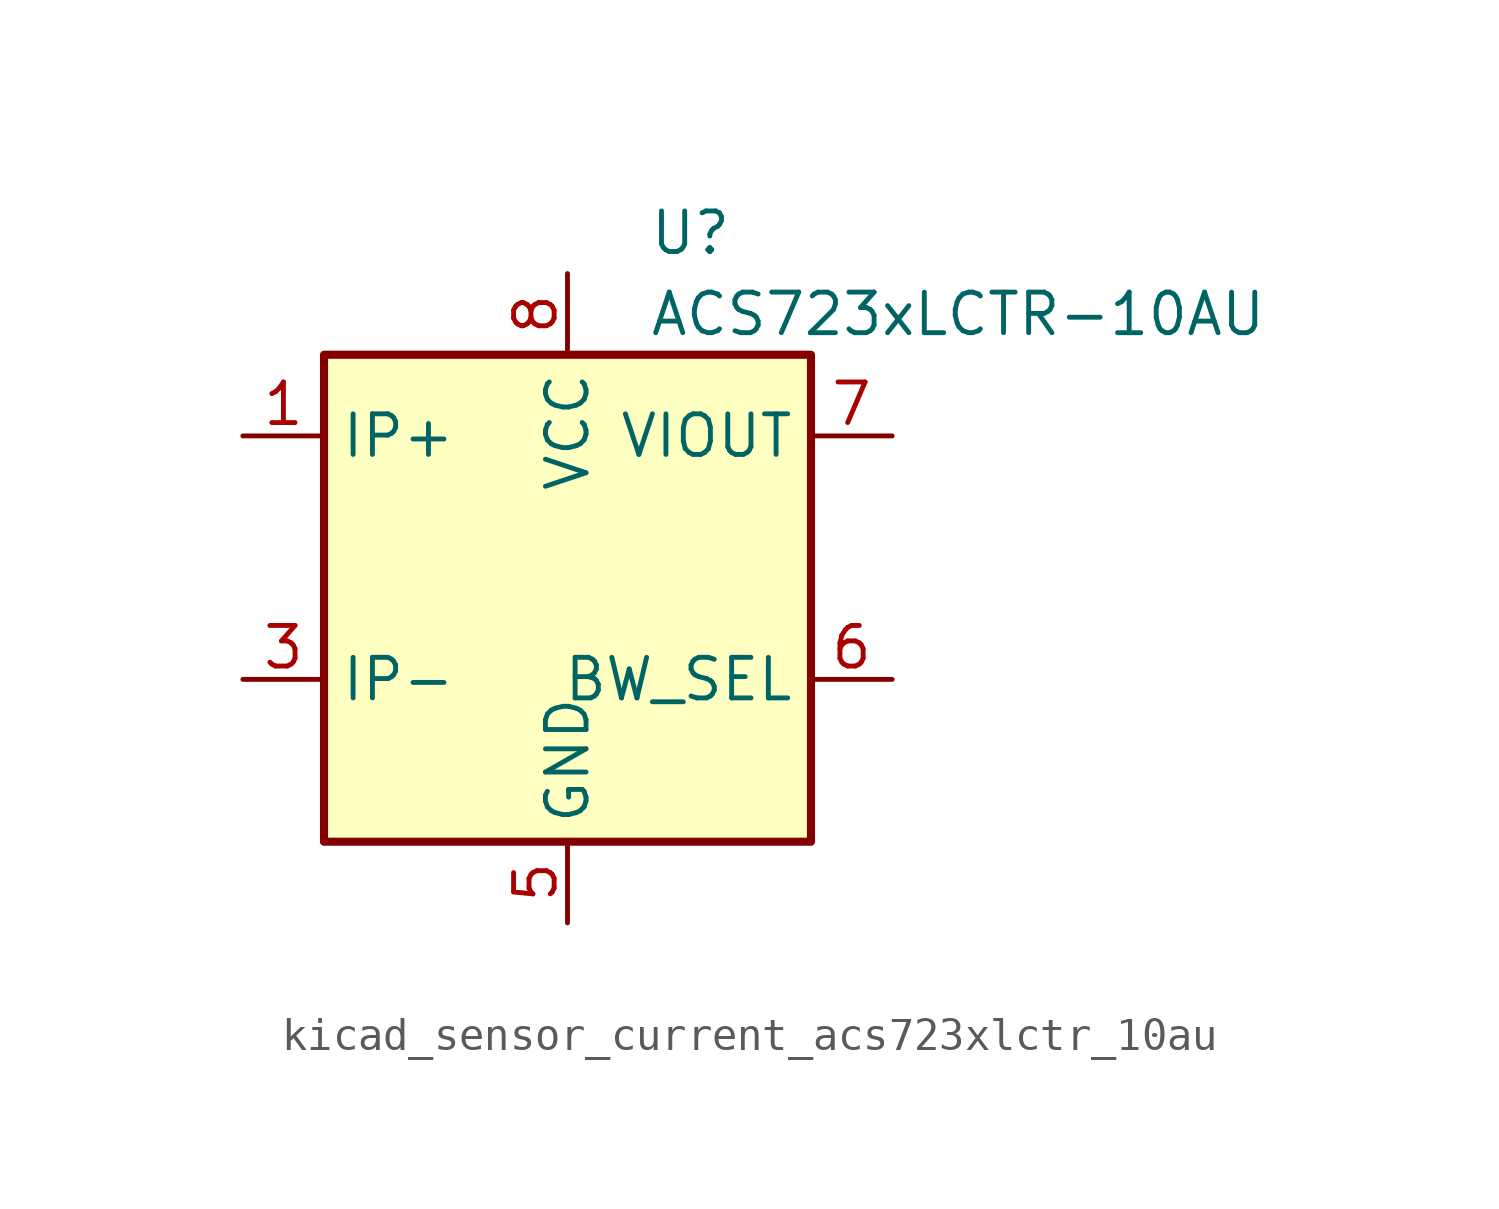
<source format=kicad_sym>
(kicad_symbol_lib
  (version 20220914)
  (generator kicad_symbol_editor)
  (symbol "kicad_sensor_current_acs723xlctr_10au"
    (property "Reference" "U"
      (at 2.54 11.43 0)
      (effects (font (size 1.27 1.27)) (justify left)))
    (property "Value" "ACS723xLCTR-10AU"
      (at 2.54 8.89 0)
      (effects (font (size 1.27 1.27)) (justify left)))
    (symbol "kicad_sensor_current_acs723xlctr_10au_0_1"
      (rectangle (start -7.62 7.62) (end 7.62 -7.62) (stroke (width 0.254) (type default)) (fill (type background))))
    (symbol "kicad_sensor_current_acs723xlctr_10au_1_1"
      (pin passive line (at -10.16 5.08 0) (length 2.54) (name "IP+" (effects (font (size 1.27 1.27)))) (number "1" (effects (font (size 1.27 1.27)))))
      (pin passive line (at -10.16 5.08 0) (length 2.54) hide (name "IP+" (effects (font (size 1.27 1.27)))) (number "2" (effects (font (size 1.27 1.27)))))
      (pin passive line (at -10.16 -2.54 0) (length 2.54) (name "IP-" (effects (font (size 1.27 1.27)))) (number "3" (effects (font (size 1.27 1.27)))))
      (pin passive line (at -10.16 -2.54 0) (length 2.54) hide (name "IP-" (effects (font (size 1.27 1.27)))) (number "4" (effects (font (size 1.27 1.27)))))
      (pin power_in line (at 0 -10.16 90) (length 2.54) (name "GND" (effects (font (size 1.27 1.27)))) (number "5" (effects (font (size 1.27 1.27)))))
      (pin input line (at 10.16 -2.54 180) (length 2.54) (name "BW_SEL" (effects (font (size 1.27 1.27)))) (number "6" (effects (font (size 1.27 1.27)))))
      (pin output line (at 10.16 5.08 180) (length 2.54) (name "VIOUT" (effects (font (size 1.27 1.27)))) (number "7" (effects (font (size 1.27 1.27)))))
      (pin power_in line (at 0 10.16 270) (length 2.54) (name "VCC" (effects (font (size 1.27 1.27)))) (number "8" (effects (font (size 1.27 1.27))))))))
</source>
